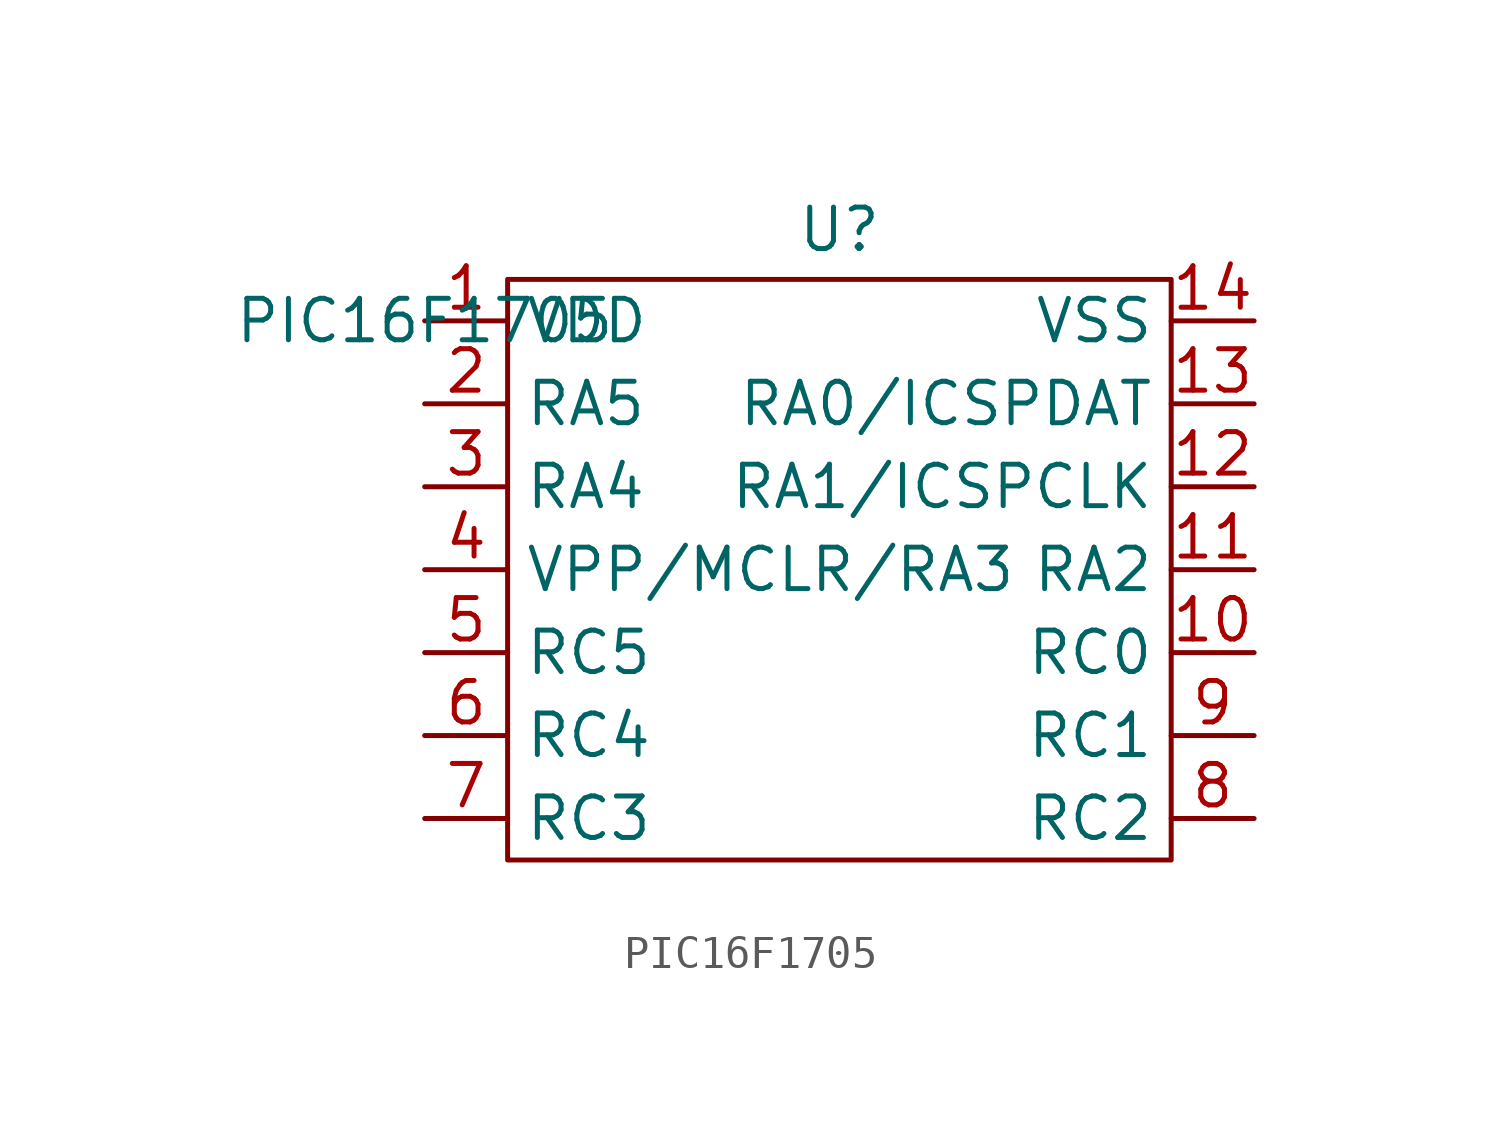
<source format=kicad_sym>
(kicad_symbol_lib
  (version 20231120)
  (generator "kicad_symbol_editor")
  (generator_version "8.0")
  (symbol "PIC16F1705"
    (property "Reference" "U"
      (at 0 -1.016 0)
      (effects (font (size 1.27 1.27))))
    (property "Value" "PIC16F1705"
      (at -12.7 -3.81 0)
      (effects (font (size 1.27 1.27))))
    (symbol "PIC16F1705_0_0"
      (pin power_in line (at -12.7 -3.81 0) (length 2.54) (name "VDD" (effects (font (size 1.27 1.27)))) (number "1" (effects (font (size 1.27 1.27)))))
      (pin input line (at 12.7 -13.97 180) (length 2.54) (name "RC0" (effects (font (size 1.27 1.27)))) (number "10" (effects (font (size 1.27 1.27)))))
      (pin input line (at 12.7 -11.43 180) (length 2.54) (name "RA2" (effects (font (size 1.27 1.27)))) (number "11" (effects (font (size 1.27 1.27)))))
      (pin input line (at 12.7 -8.89 180) (length 2.54) (name "RA1/ICSPCLK" (effects (font (size 1.27 1.27)))) (number "12" (effects (font (size 1.27 1.27)))))
      (pin input line (at 12.7 -6.35 180) (length 2.54) (name "RA0/ICSPDAT" (effects (font (size 1.27 1.27)))) (number "13" (effects (font (size 1.27 1.27)))))
      (pin input line (at -12.7 -6.35 0) (length 2.54) (name "RA5" (effects (font (size 1.27 1.27)))) (number "2" (effects (font (size 1.27 1.27)))))
      (pin input line (at -12.7 -8.89 0) (length 2.54) (name "RA4" (effects (font (size 1.27 1.27)))) (number "3" (effects (font (size 1.27 1.27)))))
      (pin input line (at -12.7 -11.43 0) (length 2.54) (name "VPP/MCLR/RA3" (effects (font (size 1.27 1.27)))) (number "4" (effects (font (size 1.27 1.27)))))
      (pin input line (at -12.7 -13.97 0) (length 2.54) (name "RC5" (effects (font (size 1.27 1.27)))) (number "5" (effects (font (size 1.27 1.27)))))
      (pin input line (at -12.7 -16.51 0) (length 2.54) (name "RC4" (effects (font (size 1.27 1.27)))) (number "6" (effects (font (size 1.27 1.27)))))
      (pin input line (at -12.7 -19.05 0) (length 2.54) (name "RC3" (effects (font (size 1.27 1.27)))) (number "7" (effects (font (size 1.27 1.27)))))
      (pin input line (at 12.7 -19.05 180) (length 2.54) (name "RC2" (effects (font (size 1.27 1.27)))) (number "8" (effects (font (size 1.27 1.27)))))
      (pin input line (at 12.7 -16.51 180) (length 2.54) (name "RC1" (effects (font (size 1.27 1.27)))) (number "9" (effects (font (size 1.27 1.27))))))
    (symbol "PIC16F1705_0_1"
      (rectangle (start -10.16 -2.54) (end 10.16 -20.32) (stroke (width 0) (type default)) (fill (type none))))
    (symbol "PIC16F1705_1_0"
      (pin power_out line (at 12.7 -3.81 180) (length 2.54) (name "VSS" (effects (font (size 1.27 1.27)))) (number "14" (effects (font (size 1.27 1.27))))))))
</source>
